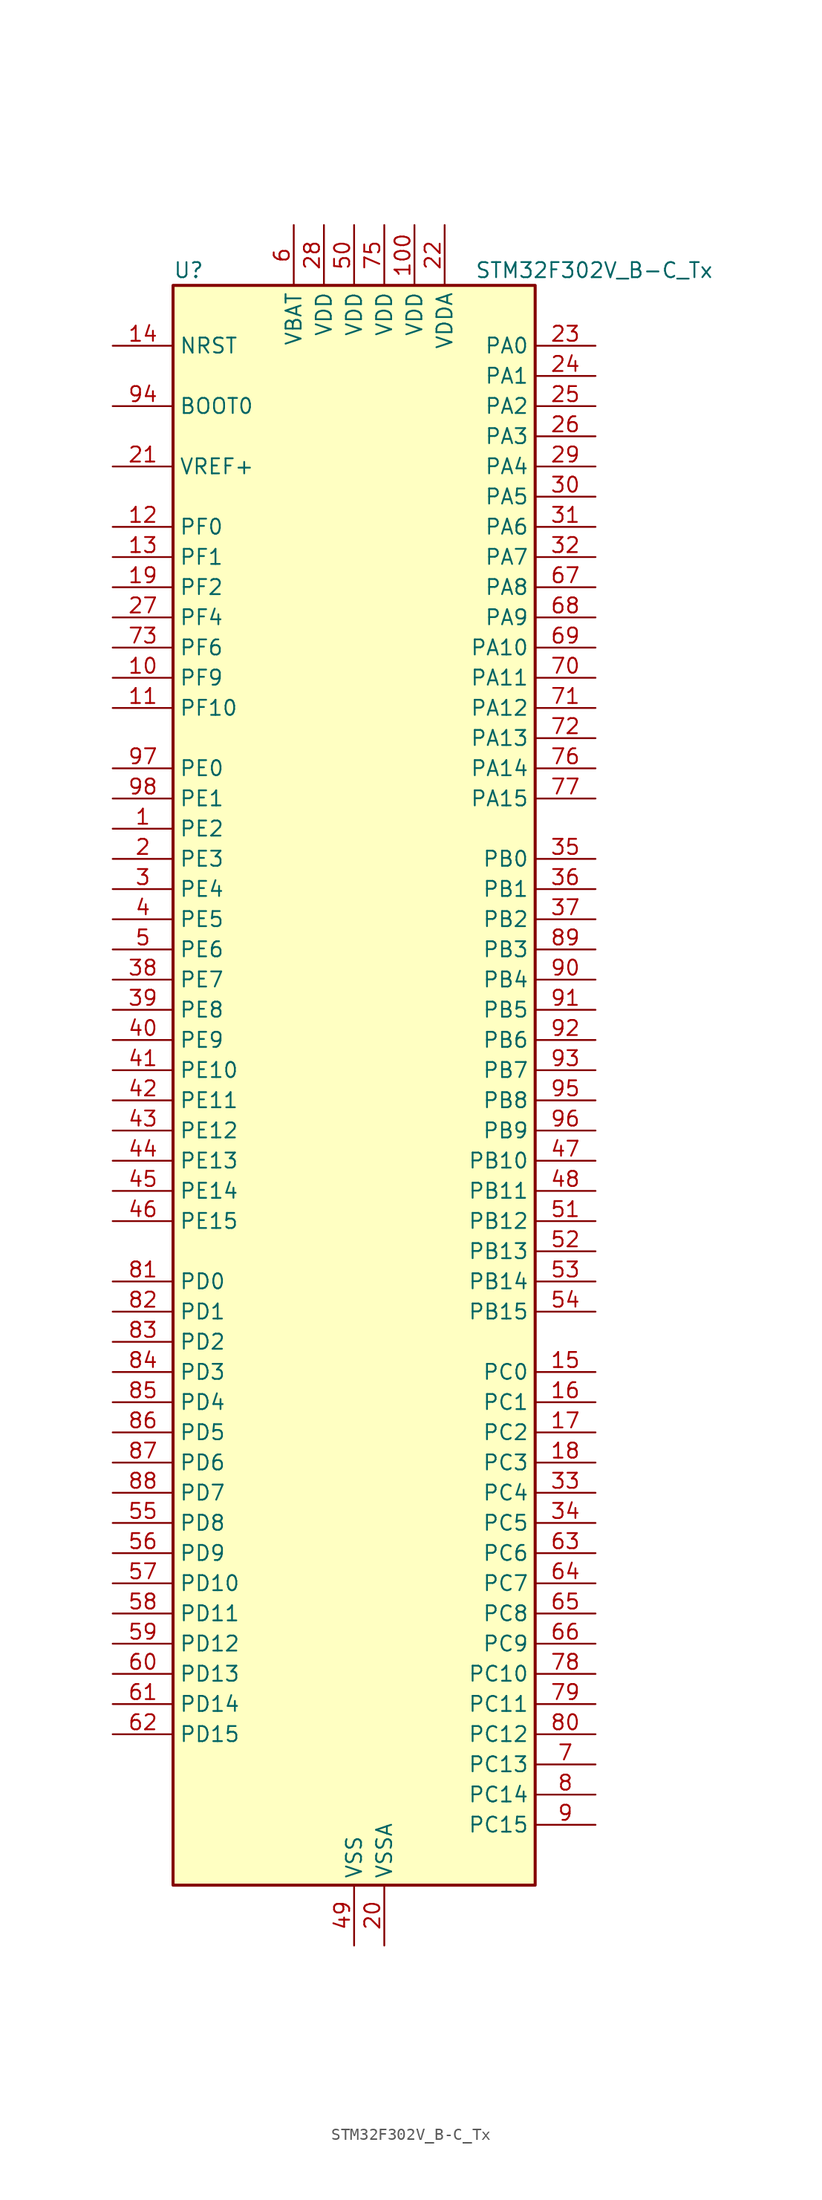
<source format=kicad_sym>
(kicad_symbol_lib
  (version 20241209)
  (generator "kicad_symbol_editor")
  (generator_version "9.0")
  (symbol "STM32F302V_B-C_Tx"
    (property "Reference" "U"
      (at -15.24 69.85 0)
      (effects (font (size 1.27 1.27)) (justify left)))
    (property "Value" "STM32F302V_B-C_Tx"
      (at 10.16 69.85 0)
      (effects (font (size 1.27 1.27)) (justify left)))
    (symbol "STM32F302V_B-C_Tx_0_1"
      (rectangle (start -15.24 -66.04) (end 15.24 68.58) (stroke (width 0.254) (type default)) (fill (type background))))
    (symbol "STM32F302V_B-C_Tx_1_1"
      (pin input line (at -20.32 63.5 0) (length 5.08) (name "NRST" (effects (font (size 1.27 1.27)))) (number "14" (effects (font (size 1.27 1.27)))))
      (pin input line (at -20.32 58.42 0) (length 5.08) (name "BOOT0" (effects (font (size 1.27 1.27)))) (number "94" (effects (font (size 1.27 1.27)))))
      (pin input line (at -20.32 53.34 0) (length 5.08) (name "VREF+" (effects (font (size 1.27 1.27)))) (number "21" (effects (font (size 1.27 1.27)))))
      (pin bidirectional line (at -20.32 48.26 0) (length 5.08) (name "PF0" (effects (font (size 1.27 1.27)))) (number "12" (effects (font (size 1.27 1.27)))) (alternate "I2C2_SDA" bidirectional line) (alternate "RCC_OSC_IN" bidirectional line) (alternate "TIM1_CH3N" bidirectional line))
      (pin bidirectional line (at -20.32 45.72 0) (length 5.08) (name "PF1" (effects (font (size 1.27 1.27)))) (number "13" (effects (font (size 1.27 1.27)))) (alternate "I2C2_SCL" bidirectional line) (alternate "RCC_OSC_OUT" bidirectional line))
      (pin bidirectional line (at -20.32 43.18 0) (length 5.08) (name "PF2" (effects (font (size 1.27 1.27)))) (number "19" (effects (font (size 1.27 1.27)))) (alternate "ADC1_IN10" bidirectional line) (alternate "ADC2_IN10" bidirectional line))
      (pin bidirectional line (at -20.32 40.64 0) (length 5.08) (name "PF4" (effects (font (size 1.27 1.27)))) (number "27" (effects (font (size 1.27 1.27)))) (alternate "ADC1_IN5" bidirectional line) (alternate "COMP1_OUT" bidirectional line))
      (pin bidirectional line (at -20.32 38.1 0) (length 5.08) (name "PF6" (effects (font (size 1.27 1.27)))) (number "73" (effects (font (size 1.27 1.27)))) (alternate "I2C2_SCL" bidirectional line) (alternate "TIM4_CH4" bidirectional line) (alternate "USART3_DE" bidirectional line) (alternate "USART3_RTS" bidirectional line))
      (pin bidirectional line (at -20.32 35.56 0) (length 5.08) (name "PF9" (effects (font (size 1.27 1.27)))) (number "10" (effects (font (size 1.27 1.27)))) (alternate "DAC_EXTI9" bidirectional line) (alternate "SPI2_SCK" bidirectional line) (alternate "TIM15_CH1" bidirectional line))
      (pin bidirectional line (at -20.32 33.02 0) (length 5.08) (name "PF10" (effects (font (size 1.27 1.27)))) (number "11" (effects (font (size 1.27 1.27)))) (alternate "SPI2_SCK" bidirectional line) (alternate "TIM15_CH2" bidirectional line))
      (pin bidirectional line (at -20.32 27.94 0) (length 5.08) (name "PE0" (effects (font (size 1.27 1.27)))) (number "97" (effects (font (size 1.27 1.27)))) (alternate "TIM16_CH1" bidirectional line) (alternate "TIM4_ETR" bidirectional line) (alternate "USART1_TX" bidirectional line))
      (pin bidirectional line (at -20.32 25.4 0) (length 5.08) (name "PE1" (effects (font (size 1.27 1.27)))) (number "98" (effects (font (size 1.27 1.27)))) (alternate "TIM17_CH1" bidirectional line) (alternate "USART1_RX" bidirectional line))
      (pin bidirectional line (at -20.32 22.86 0) (length 5.08) (name "PE2" (effects (font (size 1.27 1.27)))) (number "1" (effects (font (size 1.27 1.27)))) (alternate "SYS_TRACECK" bidirectional line) (alternate "TIM3_CH1" bidirectional line) (alternate "TSC_G7_IO1" bidirectional line))
      (pin bidirectional line (at -20.32 20.32 0) (length 5.08) (name "PE3" (effects (font (size 1.27 1.27)))) (number "2" (effects (font (size 1.27 1.27)))) (alternate "SYS_TRACED0" bidirectional line) (alternate "TIM3_CH2" bidirectional line) (alternate "TSC_G7_IO2" bidirectional line))
      (pin bidirectional line (at -20.32 17.78 0) (length 5.08) (name "PE4" (effects (font (size 1.27 1.27)))) (number "3" (effects (font (size 1.27 1.27)))) (alternate "SYS_TRACED1" bidirectional line) (alternate "TIM3_CH3" bidirectional line) (alternate "TSC_G7_IO3" bidirectional line))
      (pin bidirectional line (at -20.32 15.24 0) (length 5.08) (name "PE5" (effects (font (size 1.27 1.27)))) (number "4" (effects (font (size 1.27 1.27)))) (alternate "SYS_TRACED2" bidirectional line) (alternate "TIM3_CH4" bidirectional line) (alternate "TSC_G7_IO4" bidirectional line))
      (pin bidirectional line (at -20.32 12.7 0) (length 5.08) (name "PE6" (effects (font (size 1.27 1.27)))) (number "5" (effects (font (size 1.27 1.27)))) (alternate "RTC_TAMP3" bidirectional line) (alternate "SYS_TRACED3" bidirectional line) (alternate "SYS_WKUP3" bidirectional line))
      (pin bidirectional line (at -20.32 10.16 0) (length 5.08) (name "PE7" (effects (font (size 1.27 1.27)))) (number "38" (effects (font (size 1.27 1.27)))) (alternate "COMP4_INP" bidirectional line) (alternate "TIM1_ETR" bidirectional line))
      (pin bidirectional line (at -20.32 7.62 0) (length 5.08) (name "PE8" (effects (font (size 1.27 1.27)))) (number "39" (effects (font (size 1.27 1.27)))) (alternate "COMP4_INM" bidirectional line) (alternate "TIM1_CH1N" bidirectional line))
      (pin bidirectional line (at -20.32 5.08 0) (length 5.08) (name "PE9" (effects (font (size 1.27 1.27)))) (number "40" (effects (font (size 1.27 1.27)))) (alternate "DAC_EXTI9" bidirectional line) (alternate "TIM1_CH1" bidirectional line))
      (pin bidirectional line (at -20.32 2.54 0) (length 5.08) (name "PE10" (effects (font (size 1.27 1.27)))) (number "41" (effects (font (size 1.27 1.27)))) (alternate "TIM1_CH2N" bidirectional line))
      (pin bidirectional line (at -20.32 0 0) (length 5.08) (name "PE11" (effects (font (size 1.27 1.27)))) (number "42" (effects (font (size 1.27 1.27)))) (alternate "ADC1_EXTI11" bidirectional line) (alternate "ADC2_EXTI11" bidirectional line) (alternate "TIM1_CH2" bidirectional line))
      (pin bidirectional line (at -20.32 -2.54 0) (length 5.08) (name "PE12" (effects (font (size 1.27 1.27)))) (number "43" (effects (font (size 1.27 1.27)))) (alternate "TIM1_CH3N" bidirectional line))
      (pin bidirectional line (at -20.32 -5.08 0) (length 5.08) (name "PE13" (effects (font (size 1.27 1.27)))) (number "44" (effects (font (size 1.27 1.27)))) (alternate "TIM1_CH3" bidirectional line))
      (pin bidirectional line (at -20.32 -7.62 0) (length 5.08) (name "PE14" (effects (font (size 1.27 1.27)))) (number "45" (effects (font (size 1.27 1.27)))) (alternate "TIM1_BKIN2" bidirectional line) (alternate "TIM1_CH4" bidirectional line))
      (pin bidirectional line (at -20.32 -10.16 0) (length 5.08) (name "PE15" (effects (font (size 1.27 1.27)))) (number "46" (effects (font (size 1.27 1.27)))) (alternate "ADC1_EXTI15" bidirectional line) (alternate "ADC2_EXTI15" bidirectional line) (alternate "TIM1_BKIN" bidirectional line) (alternate "USART3_RX" bidirectional line))
      (pin bidirectional line (at -20.32 -15.24 0) (length 5.08) (name "PD0" (effects (font (size 1.27 1.27)))) (number "81" (effects (font (size 1.27 1.27)))) (alternate "CAN_RX" bidirectional line))
      (pin bidirectional line (at -20.32 -17.78 0) (length 5.08) (name "PD1" (effects (font (size 1.27 1.27)))) (number "82" (effects (font (size 1.27 1.27)))) (alternate "CAN_TX" bidirectional line))
      (pin bidirectional line (at -20.32 -20.32 0) (length 5.08) (name "PD2" (effects (font (size 1.27 1.27)))) (number "83" (effects (font (size 1.27 1.27)))) (alternate "TIM3_ETR" bidirectional line) (alternate "UART5_RX" bidirectional line))
      (pin bidirectional line (at -20.32 -22.86 0) (length 5.08) (name "PD3" (effects (font (size 1.27 1.27)))) (number "84" (effects (font (size 1.27 1.27)))) (alternate "TIM2_CH1" bidirectional line) (alternate "TIM2_ETR" bidirectional line) (alternate "USART2_CTS" bidirectional line))
      (pin bidirectional line (at -20.32 -25.4 0) (length 5.08) (name "PD4" (effects (font (size 1.27 1.27)))) (number "85" (effects (font (size 1.27 1.27)))) (alternate "TIM2_CH2" bidirectional line) (alternate "USART2_DE" bidirectional line) (alternate "USART2_RTS" bidirectional line))
      (pin bidirectional line (at -20.32 -27.94 0) (length 5.08) (name "PD5" (effects (font (size 1.27 1.27)))) (number "86" (effects (font (size 1.27 1.27)))) (alternate "USART2_TX" bidirectional line))
      (pin bidirectional line (at -20.32 -30.48 0) (length 5.08) (name "PD6" (effects (font (size 1.27 1.27)))) (number "87" (effects (font (size 1.27 1.27)))) (alternate "TIM2_CH4" bidirectional line) (alternate "USART2_RX" bidirectional line))
      (pin bidirectional line (at -20.32 -33.02 0) (length 5.08) (name "PD7" (effects (font (size 1.27 1.27)))) (number "88" (effects (font (size 1.27 1.27)))) (alternate "TIM2_CH3" bidirectional line) (alternate "USART2_CK" bidirectional line))
      (pin bidirectional line (at -20.32 -35.56 0) (length 5.08) (name "PD8" (effects (font (size 1.27 1.27)))) (number "55" (effects (font (size 1.27 1.27)))) (alternate "USART3_TX" bidirectional line))
      (pin bidirectional line (at -20.32 -38.1 0) (length 5.08) (name "PD9" (effects (font (size 1.27 1.27)))) (number "56" (effects (font (size 1.27 1.27)))) (alternate "DAC_EXTI9" bidirectional line) (alternate "USART3_RX" bidirectional line))
      (pin bidirectional line (at -20.32 -40.64 0) (length 5.08) (name "PD10" (effects (font (size 1.27 1.27)))) (number "57" (effects (font (size 1.27 1.27)))) (alternate "COMP6_INM" bidirectional line) (alternate "USART3_CK" bidirectional line))
      (pin bidirectional line (at -20.32 -43.18 0) (length 5.08) (name "PD11" (effects (font (size 1.27 1.27)))) (number "58" (effects (font (size 1.27 1.27)))) (alternate "ADC1_EXTI11" bidirectional line) (alternate "ADC2_EXTI11" bidirectional line) (alternate "COMP6_INP" bidirectional line) (alternate "USART3_CTS" bidirectional line))
      (pin bidirectional line (at -20.32 -45.72 0) (length 5.08) (name "PD12" (effects (font (size 1.27 1.27)))) (number "59" (effects (font (size 1.27 1.27)))) (alternate "TIM4_CH1" bidirectional line) (alternate "TSC_G8_IO1" bidirectional line) (alternate "USART3_DE" bidirectional line) (alternate "USART3_RTS" bidirectional line))
      (pin bidirectional line (at -20.32 -48.26 0) (length 5.08) (name "PD13" (effects (font (size 1.27 1.27)))) (number "60" (effects (font (size 1.27 1.27)))) (alternate "TIM4_CH2" bidirectional line) (alternate "TSC_G8_IO2" bidirectional line))
      (pin bidirectional line (at -20.32 -50.8 0) (length 5.08) (name "PD14" (effects (font (size 1.27 1.27)))) (number "61" (effects (font (size 1.27 1.27)))) (alternate "OPAMP2_VINP" bidirectional line) (alternate "OPAMP2_VINP_SEC" bidirectional line) (alternate "TIM4_CH3" bidirectional line) (alternate "TSC_G8_IO3" bidirectional line))
      (pin bidirectional line (at -20.32 -53.34 0) (length 5.08) (name "PD15" (effects (font (size 1.27 1.27)))) (number "62" (effects (font (size 1.27 1.27)))) (alternate "ADC1_EXTI15" bidirectional line) (alternate "ADC2_EXTI15" bidirectional line) (alternate "SPI2_NSS" bidirectional line) (alternate "TIM4_CH4" bidirectional line) (alternate "TSC_G8_IO4" bidirectional line))
      (pin power_in line (at -5.08 73.66 270) (length 5.08) (name "VBAT" (effects (font (size 1.27 1.27)))) (number "6" (effects (font (size 1.27 1.27)))))
      (pin power_in line (at -2.54 73.66 270) (length 5.08) (name "VDD" (effects (font (size 1.27 1.27)))) (number "28" (effects (font (size 1.27 1.27)))))
      (pin power_in line (at 0 73.66 270) (length 5.08) (name "VDD" (effects (font (size 1.27 1.27)))) (number "50" (effects (font (size 1.27 1.27)))))
      (pin power_in line (at 0 -71.12 90) (length 5.08) (name "VSS" (effects (font (size 1.27 1.27)))) (number "49" (effects (font (size 1.27 1.27)))))
      (pin passive line (at 0 -71.12 90) (length 5.08) (hide yes) (name "VSS" (effects (font (size 1.27 1.27)))) (number "74" (effects (font (size 1.27 1.27)))))
      (pin passive line (at 0 -71.12 90) (length 5.08) (hide yes) (name "VSS" (effects (font (size 1.27 1.27)))) (number "99" (effects (font (size 1.27 1.27)))))
      (pin power_in line (at 2.54 73.66 270) (length 5.08) (name "VDD" (effects (font (size 1.27 1.27)))) (number "75" (effects (font (size 1.27 1.27)))))
      (pin power_in line (at 2.54 -71.12 90) (length 5.08) (name "VSSA" (effects (font (size 1.27 1.27)))) (number "20" (effects (font (size 1.27 1.27)))))
      (pin power_in line (at 5.08 73.66 270) (length 5.08) (name "VDD" (effects (font (size 1.27 1.27)))) (number "100" (effects (font (size 1.27 1.27)))))
      (pin power_in line (at 7.62 73.66 270) (length 5.08) (name "VDDA" (effects (font (size 1.27 1.27)))) (number "22" (effects (font (size 1.27 1.27)))))
      (pin bidirectional line (at 20.32 63.5 180) (length 5.08) (name "PA0" (effects (font (size 1.27 1.27)))) (number "23" (effects (font (size 1.27 1.27)))) (alternate "ADC1_IN1" bidirectional line) (alternate "COMP1_INM" bidirectional line) (alternate "COMP1_OUT" bidirectional line) (alternate "RTC_TAMP2" bidirectional line) (alternate "SYS_WKUP1" bidirectional line) (alternate "TIM2_CH1" bidirectional line) (alternate "TIM2_ETR" bidirectional line) (alternate "TSC_G1_IO1" bidirectional line) (alternate "USART2_CTS" bidirectional line))
      (pin bidirectional line (at 20.32 60.96 180) (length 5.08) (name "PA1" (effects (font (size 1.27 1.27)))) (number "24" (effects (font (size 1.27 1.27)))) (alternate "ADC1_IN2" bidirectional line) (alternate "COMP1_INP" bidirectional line) (alternate "OPAMP1_VINP" bidirectional line) (alternate "OPAMP1_VINP_SEC" bidirectional line) (alternate "RTC_REFIN" bidirectional line) (alternate "TIM15_CH1N" bidirectional line) (alternate "TIM2_CH2" bidirectional line) (alternate "TSC_G1_IO2" bidirectional line) (alternate "USART2_DE" bidirectional line) (alternate "USART2_RTS" bidirectional line))
      (pin bidirectional line (at 20.32 58.42 180) (length 5.08) (name "PA2" (effects (font (size 1.27 1.27)))) (number "25" (effects (font (size 1.27 1.27)))) (alternate "ADC1_IN3" bidirectional line) (alternate "COMP2_INM" bidirectional line) (alternate "COMP2_OUT" bidirectional line) (alternate "OPAMP1_VOUT" bidirectional line) (alternate "TIM15_CH1" bidirectional line) (alternate "TIM2_CH3" bidirectional line) (alternate "TSC_G1_IO3" bidirectional line) (alternate "USART2_TX" bidirectional line))
      (pin bidirectional line (at 20.32 55.88 180) (length 5.08) (name "PA3" (effects (font (size 1.27 1.27)))) (number "26" (effects (font (size 1.27 1.27)))) (alternate "ADC1_IN4" bidirectional line) (alternate "COMP2_INP" bidirectional line) (alternate "OPAMP1_VINM" bidirectional line) (alternate "OPAMP1_VINM_SEC" bidirectional line) (alternate "OPAMP1_VINP" bidirectional line) (alternate "OPAMP1_VINP_SEC" bidirectional line) (alternate "TIM15_CH2" bidirectional line) (alternate "TIM2_CH4" bidirectional line) (alternate "TSC_G1_IO4" bidirectional line) (alternate "USART2_RX" bidirectional line))
      (pin bidirectional line (at 20.32 53.34 180) (length 5.08) (name "PA4" (effects (font (size 1.27 1.27)))) (number "29" (effects (font (size 1.27 1.27)))) (alternate "ADC2_IN1" bidirectional line) (alternate "COMP1_INM" bidirectional line) (alternate "COMP2_INM" bidirectional line) (alternate "COMP4_INM" bidirectional line) (alternate "COMP6_INM" bidirectional line) (alternate "DAC_OUT1" bidirectional line) (alternate "I2S3_WS" bidirectional line) (alternate "SPI1_NSS" bidirectional line) (alternate "SPI3_NSS" bidirectional line) (alternate "TIM3_CH2" bidirectional line) (alternate "TSC_G2_IO1" bidirectional line) (alternate "USART2_CK" bidirectional line))
      (pin bidirectional line (at 20.32 50.8 180) (length 5.08) (name "PA5" (effects (font (size 1.27 1.27)))) (number "30" (effects (font (size 1.27 1.27)))) (alternate "ADC2_IN2" bidirectional line) (alternate "COMP1_INM" bidirectional line) (alternate "COMP2_INM" bidirectional line) (alternate "COMP4_INM" bidirectional line) (alternate "COMP6_INM" bidirectional line) (alternate "OPAMP1_VINP" bidirectional line) (alternate "OPAMP1_VINP_SEC" bidirectional line) (alternate "OPAMP2_VINM" bidirectional line) (alternate "OPAMP2_VINM_SEC" bidirectional line) (alternate "SPI1_SCK" bidirectional line) (alternate "TIM2_CH1" bidirectional line) (alternate "TIM2_ETR" bidirectional line) (alternate "TSC_G2_IO2" bidirectional line))
      (pin bidirectional line (at 20.32 48.26 180) (length 5.08) (name "PA6" (effects (font (size 1.27 1.27)))) (number "31" (effects (font (size 1.27 1.27)))) (alternate "ADC2_IN3" bidirectional line) (alternate "COMP1_OUT" bidirectional line) (alternate "OPAMP2_VOUT" bidirectional line) (alternate "SPI1_MISO" bidirectional line) (alternate "TIM16_CH1" bidirectional line) (alternate "TIM1_BKIN" bidirectional line) (alternate "TIM3_CH1" bidirectional line) (alternate "TSC_G2_IO3" bidirectional line))
      (pin bidirectional line (at 20.32 45.72 180) (length 5.08) (name "PA7" (effects (font (size 1.27 1.27)))) (number "32" (effects (font (size 1.27 1.27)))) (alternate "ADC2_IN4" bidirectional line) (alternate "COMP2_INP" bidirectional line) (alternate "COMP2_OUT" bidirectional line) (alternate "OPAMP1_VINP" bidirectional line) (alternate "OPAMP1_VINP_SEC" bidirectional line) (alternate "OPAMP2_VINP" bidirectional line) (alternate "OPAMP2_VINP_SEC" bidirectional line) (alternate "SPI1_MOSI" bidirectional line) (alternate "TIM17_CH1" bidirectional line) (alternate "TIM1_CH1N" bidirectional line) (alternate "TIM3_CH2" bidirectional line) (alternate "TSC_G2_IO4" bidirectional line))
      (pin bidirectional line (at 20.32 43.18 180) (length 5.08) (name "PA8" (effects (font (size 1.27 1.27)))) (number "67" (effects (font (size 1.27 1.27)))) (alternate "I2C2_SMBA" bidirectional line) (alternate "I2S2_MCK" bidirectional line) (alternate "RCC_MCO" bidirectional line) (alternate "TIM1_CH1" bidirectional line) (alternate "TIM4_ETR" bidirectional line) (alternate "USART1_CK" bidirectional line))
      (pin bidirectional line (at 20.32 40.64 180) (length 5.08) (name "PA9" (effects (font (size 1.27 1.27)))) (number "68" (effects (font (size 1.27 1.27)))) (alternate "DAC_EXTI9" bidirectional line) (alternate "I2C2_SCL" bidirectional line) (alternate "I2S3_MCK" bidirectional line) (alternate "TIM15_BKIN" bidirectional line) (alternate "TIM1_CH2" bidirectional line) (alternate "TIM2_CH3" bidirectional line) (alternate "TSC_G4_IO1" bidirectional line) (alternate "USART1_TX" bidirectional line))
      (pin bidirectional line (at 20.32 38.1 180) (length 5.08) (name "PA10" (effects (font (size 1.27 1.27)))) (number "69" (effects (font (size 1.27 1.27)))) (alternate "COMP6_OUT" bidirectional line) (alternate "I2C2_SDA" bidirectional line) (alternate "TIM17_BKIN" bidirectional line) (alternate "TIM1_CH3" bidirectional line) (alternate "TIM2_CH4" bidirectional line) (alternate "TSC_G4_IO2" bidirectional line) (alternate "USART1_RX" bidirectional line))
      (pin bidirectional line (at 20.32 35.56 180) (length 5.08) (name "PA11" (effects (font (size 1.27 1.27)))) (number "70" (effects (font (size 1.27 1.27)))) (alternate "ADC1_EXTI11" bidirectional line) (alternate "ADC2_EXTI11" bidirectional line) (alternate "CAN_RX" bidirectional line) (alternate "COMP1_OUT" bidirectional line) (alternate "TIM1_BKIN2" bidirectional line) (alternate "TIM1_CH1N" bidirectional line) (alternate "TIM1_CH4" bidirectional line) (alternate "TIM4_CH1" bidirectional line) (alternate "USART1_CTS" bidirectional line) (alternate "USB_DM" bidirectional line))
      (pin bidirectional line (at 20.32 33.02 180) (length 5.08) (name "PA12" (effects (font (size 1.27 1.27)))) (number "71" (effects (font (size 1.27 1.27)))) (alternate "CAN_TX" bidirectional line) (alternate "COMP2_OUT" bidirectional line) (alternate "TIM16_CH1" bidirectional line) (alternate "TIM1_CH2N" bidirectional line) (alternate "TIM1_ETR" bidirectional line) (alternate "TIM4_CH2" bidirectional line) (alternate "USART1_DE" bidirectional line) (alternate "USART1_RTS" bidirectional line) (alternate "USB_DP" bidirectional line))
      (pin bidirectional line (at 20.32 30.48 180) (length 5.08) (name "PA13" (effects (font (size 1.27 1.27)))) (number "72" (effects (font (size 1.27 1.27)))) (alternate "IR_OUT" bidirectional line) (alternate "SYS_JTMS-SWDIO" bidirectional line) (alternate "TIM16_CH1N" bidirectional line) (alternate "TIM4_CH3" bidirectional line) (alternate "TSC_G4_IO3" bidirectional line) (alternate "USART3_CTS" bidirectional line))
      (pin bidirectional line (at 20.32 27.94 180) (length 5.08) (name "PA14" (effects (font (size 1.27 1.27)))) (number "76" (effects (font (size 1.27 1.27)))) (alternate "I2C1_SDA" bidirectional line) (alternate "SYS_JTCK-SWCLK" bidirectional line) (alternate "TIM1_BKIN" bidirectional line) (alternate "TSC_G4_IO4" bidirectional line) (alternate "USART2_TX" bidirectional line))
      (pin bidirectional line (at 20.32 25.4 180) (length 5.08) (name "PA15" (effects (font (size 1.27 1.27)))) (number "77" (effects (font (size 1.27 1.27)))) (alternate "ADC1_EXTI15" bidirectional line) (alternate "ADC2_EXTI15" bidirectional line) (alternate "I2C1_SCL" bidirectional line) (alternate "I2S3_WS" bidirectional line) (alternate "SPI1_NSS" bidirectional line) (alternate "SPI3_NSS" bidirectional line) (alternate "SYS_JTDI" bidirectional line) (alternate "TIM1_BKIN" bidirectional line) (alternate "TIM2_CH1" bidirectional line) (alternate "TIM2_ETR" bidirectional line) (alternate "USART2_RX" bidirectional line))
      (pin bidirectional line (at 20.32 20.32 180) (length 5.08) (name "PB0" (effects (font (size 1.27 1.27)))) (number "35" (effects (font (size 1.27 1.27)))) (alternate "COMP4_INP" bidirectional line) (alternate "OPAMP2_VINP" bidirectional line) (alternate "OPAMP2_VINP_SEC" bidirectional line) (alternate "TIM1_CH2N" bidirectional line) (alternate "TIM3_CH3" bidirectional line) (alternate "TSC_G3_IO2" bidirectional line))
      (pin bidirectional line (at 20.32 17.78 180) (length 5.08) (name "PB1" (effects (font (size 1.27 1.27)))) (number "36" (effects (font (size 1.27 1.27)))) (alternate "COMP4_OUT" bidirectional line) (alternate "TIM1_CH3N" bidirectional line) (alternate "TIM3_CH4" bidirectional line) (alternate "TSC_G3_IO3" bidirectional line))
      (pin bidirectional line (at 20.32 15.24 180) (length 5.08) (name "PB2" (effects (font (size 1.27 1.27)))) (number "37" (effects (font (size 1.27 1.27)))) (alternate "ADC2_IN12" bidirectional line) (alternate "COMP4_INM" bidirectional line) (alternate "TSC_G3_IO4" bidirectional line))
      (pin bidirectional line (at 20.32 12.7 180) (length 5.08) (name "PB3" (effects (font (size 1.27 1.27)))) (number "89" (effects (font (size 1.27 1.27)))) (alternate "I2S3_CK" bidirectional line) (alternate "SPI1_SCK" bidirectional line) (alternate "SPI3_SCK" bidirectional line) (alternate "SYS_JTDO-TRACESWO" bidirectional line) (alternate "TIM2_CH2" bidirectional line) (alternate "TIM3_ETR" bidirectional line) (alternate "TIM4_ETR" bidirectional line) (alternate "TSC_G5_IO1" bidirectional line) (alternate "USART2_TX" bidirectional line))
      (pin bidirectional line (at 20.32 10.16 180) (length 5.08) (name "PB4" (effects (font (size 1.27 1.27)))) (number "90" (effects (font (size 1.27 1.27)))) (alternate "I2S3_ext_SD" bidirectional line) (alternate "SPI1_MISO" bidirectional line) (alternate "SPI3_MISO" bidirectional line) (alternate "SYS_NJTRST" bidirectional line) (alternate "TIM16_CH1" bidirectional line) (alternate "TIM17_BKIN" bidirectional line) (alternate "TIM3_CH1" bidirectional line) (alternate "TSC_G5_IO2" bidirectional line) (alternate "USART2_RX" bidirectional line))
      (pin bidirectional line (at 20.32 7.62 180) (length 5.08) (name "PB5" (effects (font (size 1.27 1.27)))) (number "91" (effects (font (size 1.27 1.27)))) (alternate "I2C1_SMBA" bidirectional line) (alternate "I2S3_SD" bidirectional line) (alternate "SPI1_MOSI" bidirectional line) (alternate "SPI3_MOSI" bidirectional line) (alternate "TIM16_BKIN" bidirectional line) (alternate "TIM17_CH1" bidirectional line) (alternate "TIM3_CH2" bidirectional line) (alternate "USART2_CK" bidirectional line))
      (pin bidirectional line (at 20.32 5.08 180) (length 5.08) (name "PB6" (effects (font (size 1.27 1.27)))) (number "92" (effects (font (size 1.27 1.27)))) (alternate "I2C1_SCL" bidirectional line) (alternate "TIM16_CH1N" bidirectional line) (alternate "TIM4_CH1" bidirectional line) (alternate "TSC_G5_IO3" bidirectional line) (alternate "USART1_TX" bidirectional line))
      (pin bidirectional line (at 20.32 2.54 180) (length 5.08) (name "PB7" (effects (font (size 1.27 1.27)))) (number "93" (effects (font (size 1.27 1.27)))) (alternate "I2C1_SDA" bidirectional line) (alternate "TIM17_CH1N" bidirectional line) (alternate "TIM3_CH4" bidirectional line) (alternate "TIM4_CH2" bidirectional line) (alternate "TSC_G5_IO4" bidirectional line) (alternate "USART1_RX" bidirectional line))
      (pin bidirectional line (at 20.32 0 180) (length 5.08) (name "PB8" (effects (font (size 1.27 1.27)))) (number "95" (effects (font (size 1.27 1.27)))) (alternate "CAN_RX" bidirectional line) (alternate "COMP1_OUT" bidirectional line) (alternate "I2C1_SCL" bidirectional line) (alternate "TIM16_CH1" bidirectional line) (alternate "TIM1_BKIN" bidirectional line) (alternate "TIM4_CH3" bidirectional line) (alternate "TSC_SYNC" bidirectional line))
      (pin bidirectional line (at 20.32 -2.54 180) (length 5.08) (name "PB9" (effects (font (size 1.27 1.27)))) (number "96" (effects (font (size 1.27 1.27)))) (alternate "CAN_TX" bidirectional line) (alternate "COMP2_OUT" bidirectional line) (alternate "DAC_EXTI9" bidirectional line) (alternate "I2C1_SDA" bidirectional line) (alternate "IR_OUT" bidirectional line) (alternate "TIM17_CH1" bidirectional line) (alternate "TIM4_CH4" bidirectional line))
      (pin bidirectional line (at 20.32 -5.08 180) (length 5.08) (name "PB10" (effects (font (size 1.27 1.27)))) (number "47" (effects (font (size 1.27 1.27)))) (alternate "TIM2_CH3" bidirectional line) (alternate "TSC_SYNC" bidirectional line) (alternate "USART3_TX" bidirectional line))
      (pin bidirectional line (at 20.32 -7.62 180) (length 5.08) (name "PB11" (effects (font (size 1.27 1.27)))) (number "48" (effects (font (size 1.27 1.27)))) (alternate "ADC1_EXTI11" bidirectional line) (alternate "ADC2_EXTI11" bidirectional line) (alternate "COMP6_INP" bidirectional line) (alternate "TIM2_CH4" bidirectional line) (alternate "TSC_G6_IO1" bidirectional line) (alternate "USART3_RX" bidirectional line))
      (pin bidirectional line (at 20.32 -10.16 180) (length 5.08) (name "PB12" (effects (font (size 1.27 1.27)))) (number "51" (effects (font (size 1.27 1.27)))) (alternate "I2C2_SMBA" bidirectional line) (alternate "I2S2_WS" bidirectional line) (alternate "SPI2_NSS" bidirectional line) (alternate "TIM1_BKIN" bidirectional line) (alternate "TSC_G6_IO2" bidirectional line) (alternate "USART3_CK" bidirectional line))
      (pin bidirectional line (at 20.32 -12.7 180) (length 5.08) (name "PB13" (effects (font (size 1.27 1.27)))) (number "52" (effects (font (size 1.27 1.27)))) (alternate "I2S2_CK" bidirectional line) (alternate "SPI2_SCK" bidirectional line) (alternate "TIM1_CH1N" bidirectional line) (alternate "TSC_G6_IO3" bidirectional line) (alternate "USART3_CTS" bidirectional line))
      (pin bidirectional line (at 20.32 -15.24 180) (length 5.08) (name "PB14" (effects (font (size 1.27 1.27)))) (number "53" (effects (font (size 1.27 1.27)))) (alternate "I2S2_ext_SD" bidirectional line) (alternate "OPAMP2_VINP" bidirectional line) (alternate "OPAMP2_VINP_SEC" bidirectional line) (alternate "SPI2_MISO" bidirectional line) (alternate "TIM15_CH1" bidirectional line) (alternate "TIM1_CH2N" bidirectional line) (alternate "TSC_G6_IO4" bidirectional line) (alternate "USART3_DE" bidirectional line) (alternate "USART3_RTS" bidirectional line))
      (pin bidirectional line (at 20.32 -17.78 180) (length 5.08) (name "PB15" (effects (font (size 1.27 1.27)))) (number "54" (effects (font (size 1.27 1.27)))) (alternate "ADC1_EXTI15" bidirectional line) (alternate "ADC2_EXTI15" bidirectional line) (alternate "COMP6_INM" bidirectional line) (alternate "I2S2_SD" bidirectional line) (alternate "RTC_REFIN" bidirectional line) (alternate "SPI2_MOSI" bidirectional line) (alternate "TIM15_CH1N" bidirectional line) (alternate "TIM15_CH2" bidirectional line) (alternate "TIM1_CH3N" bidirectional line))
      (pin bidirectional line (at 20.32 -22.86 180) (length 5.08) (name "PC0" (effects (font (size 1.27 1.27)))) (number "15" (effects (font (size 1.27 1.27)))) (alternate "ADC1_IN6" bidirectional line) (alternate "ADC2_IN6" bidirectional line))
      (pin bidirectional line (at 20.32 -25.4 180) (length 5.08) (name "PC1" (effects (font (size 1.27 1.27)))) (number "16" (effects (font (size 1.27 1.27)))) (alternate "ADC1_IN7" bidirectional line) (alternate "ADC2_IN7" bidirectional line))
      (pin bidirectional line (at 20.32 -27.94 180) (length 5.08) (name "PC2" (effects (font (size 1.27 1.27)))) (number "17" (effects (font (size 1.27 1.27)))) (alternate "ADC1_IN8" bidirectional line) (alternate "ADC2_IN8" bidirectional line))
      (pin bidirectional line (at 20.32 -30.48 180) (length 5.08) (name "PC3" (effects (font (size 1.27 1.27)))) (number "18" (effects (font (size 1.27 1.27)))) (alternate "ADC1_IN9" bidirectional line) (alternate "ADC2_IN9" bidirectional line) (alternate "TIM1_BKIN2" bidirectional line))
      (pin bidirectional line (at 20.32 -33.02 180) (length 5.08) (name "PC4" (effects (font (size 1.27 1.27)))) (number "33" (effects (font (size 1.27 1.27)))) (alternate "ADC2_IN5" bidirectional line) (alternate "USART1_TX" bidirectional line))
      (pin bidirectional line (at 20.32 -35.56 180) (length 5.08) (name "PC5" (effects (font (size 1.27 1.27)))) (number "34" (effects (font (size 1.27 1.27)))) (alternate "ADC2_IN11" bidirectional line) (alternate "OPAMP1_VINM" bidirectional line) (alternate "OPAMP1_VINM_SEC" bidirectional line) (alternate "OPAMP2_VINM" bidirectional line) (alternate "OPAMP2_VINM_SEC" bidirectional line) (alternate "TSC_G3_IO1" bidirectional line) (alternate "USART1_RX" bidirectional line))
      (pin bidirectional line (at 20.32 -38.1 180) (length 5.08) (name "PC6" (effects (font (size 1.27 1.27)))) (number "63" (effects (font (size 1.27 1.27)))) (alternate "COMP6_OUT" bidirectional line) (alternate "I2S2_MCK" bidirectional line) (alternate "TIM3_CH1" bidirectional line))
      (pin bidirectional line (at 20.32 -40.64 180) (length 5.08) (name "PC7" (effects (font (size 1.27 1.27)))) (number "64" (effects (font (size 1.27 1.27)))) (alternate "I2S3_MCK" bidirectional line) (alternate "TIM3_CH2" bidirectional line))
      (pin bidirectional line (at 20.32 -43.18 180) (length 5.08) (name "PC8" (effects (font (size 1.27 1.27)))) (number "65" (effects (font (size 1.27 1.27)))) (alternate "TIM3_CH3" bidirectional line))
      (pin bidirectional line (at 20.32 -45.72 180) (length 5.08) (name "PC9" (effects (font (size 1.27 1.27)))) (number "66" (effects (font (size 1.27 1.27)))) (alternate "DAC_EXTI9" bidirectional line) (alternate "I2S_CKIN" bidirectional line) (alternate "TIM3_CH4" bidirectional line))
      (pin bidirectional line (at 20.32 -48.26 180) (length 5.08) (name "PC10" (effects (font (size 1.27 1.27)))) (number "78" (effects (font (size 1.27 1.27)))) (alternate "I2S3_CK" bidirectional line) (alternate "SPI3_SCK" bidirectional line) (alternate "UART4_TX" bidirectional line) (alternate "USART3_TX" bidirectional line))
      (pin bidirectional line (at 20.32 -50.8 180) (length 5.08) (name "PC11" (effects (font (size 1.27 1.27)))) (number "79" (effects (font (size 1.27 1.27)))) (alternate "ADC1_EXTI11" bidirectional line) (alternate "ADC2_EXTI11" bidirectional line) (alternate "I2S3_ext_SD" bidirectional line) (alternate "SPI3_MISO" bidirectional line) (alternate "UART4_RX" bidirectional line) (alternate "USART3_RX" bidirectional line))
      (pin bidirectional line (at 20.32 -53.34 180) (length 5.08) (name "PC12" (effects (font (size 1.27 1.27)))) (number "80" (effects (font (size 1.27 1.27)))) (alternate "I2S3_SD" bidirectional line) (alternate "SPI3_MOSI" bidirectional line) (alternate "UART5_TX" bidirectional line) (alternate "USART3_CK" bidirectional line))
      (pin bidirectional line (at 20.32 -55.88 180) (length 5.08) (name "PC13" (effects (font (size 1.27 1.27)))) (number "7" (effects (font (size 1.27 1.27)))) (alternate "RTC_OUT_ALARM" bidirectional line) (alternate "RTC_OUT_CALIB" bidirectional line) (alternate "RTC_TAMP1" bidirectional line) (alternate "RTC_TS" bidirectional line) (alternate "SYS_WKUP2" bidirectional line) (alternate "TIM1_CH1N" bidirectional line))
      (pin bidirectional line (at 20.32 -58.42 180) (length 5.08) (name "PC14" (effects (font (size 1.27 1.27)))) (number "8" (effects (font (size 1.27 1.27)))) (alternate "RCC_OSC32_IN" bidirectional line))
      (pin bidirectional line (at 20.32 -60.96 180) (length 5.08) (name "PC15" (effects (font (size 1.27 1.27)))) (number "9" (effects (font (size 1.27 1.27)))) (alternate "ADC1_EXTI15" bidirectional line) (alternate "ADC2_EXTI15" bidirectional line) (alternate "RCC_OSC32_OUT" bidirectional line)))))
</source>
